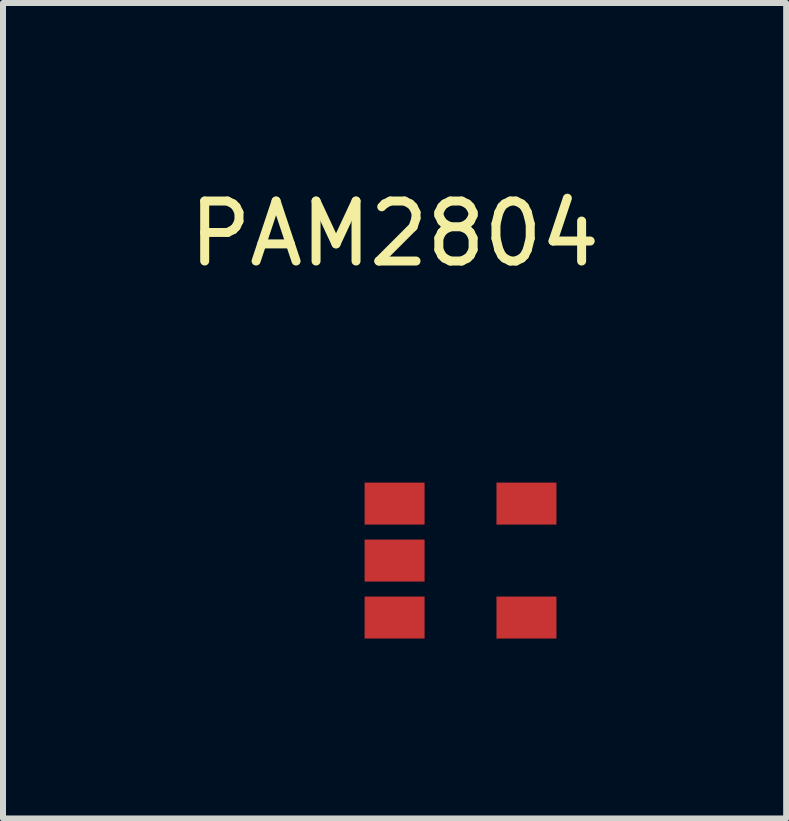
<source format=kicad_pcb>
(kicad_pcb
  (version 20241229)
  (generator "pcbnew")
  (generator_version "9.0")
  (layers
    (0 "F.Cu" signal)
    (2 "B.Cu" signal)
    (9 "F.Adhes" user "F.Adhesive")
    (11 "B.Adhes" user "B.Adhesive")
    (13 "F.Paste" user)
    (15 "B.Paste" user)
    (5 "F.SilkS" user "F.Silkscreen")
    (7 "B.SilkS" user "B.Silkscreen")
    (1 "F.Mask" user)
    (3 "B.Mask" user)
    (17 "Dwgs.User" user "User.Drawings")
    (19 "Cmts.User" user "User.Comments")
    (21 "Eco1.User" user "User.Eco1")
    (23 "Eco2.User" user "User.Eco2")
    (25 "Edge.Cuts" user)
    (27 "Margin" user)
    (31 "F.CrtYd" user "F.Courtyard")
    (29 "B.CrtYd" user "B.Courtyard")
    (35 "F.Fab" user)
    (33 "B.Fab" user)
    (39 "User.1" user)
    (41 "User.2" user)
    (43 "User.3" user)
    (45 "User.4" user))
  (footprint "PAM2804"
    (layer "F.Cu")
    (at 3.53 5.348)
    (property "Reference" "PAM2804" (at 0 -4.5 0) (layer "F.SilkS") (effects (font (size 1 1) (thickness 0.15))))
    (attr through_hole)
    (pad "1" smd rect (at 0 0) (size 1 0.7) (layers "F.Cu" "F.Mask" "F.Paste"))
    (pad "2" smd rect (at 0 0.95) (size 1 0.7) (layers "F.Cu" "F.Mask" "F.Paste"))
    (pad "3" smd rect (at 0 1.9) (size 1 0.7) (layers "F.Cu" "F.Mask" "F.Paste"))
    (pad "4" smd rect (at 2.199 1.9) (size 1 0.7) (layers "F.Cu" "F.Mask" "F.Paste"))
    (pad "5" smd rect (at 2.199 0) (size 1 0.7) (layers "F.Cu" "F.Mask" "F.Paste")))
  (gr_rect
    (start -3 -3)
    (end 10.06 10.598)
    (stroke (width 0.1) (type default))
    (fill no)
    (layer "Edge.Cuts")))
</source>
